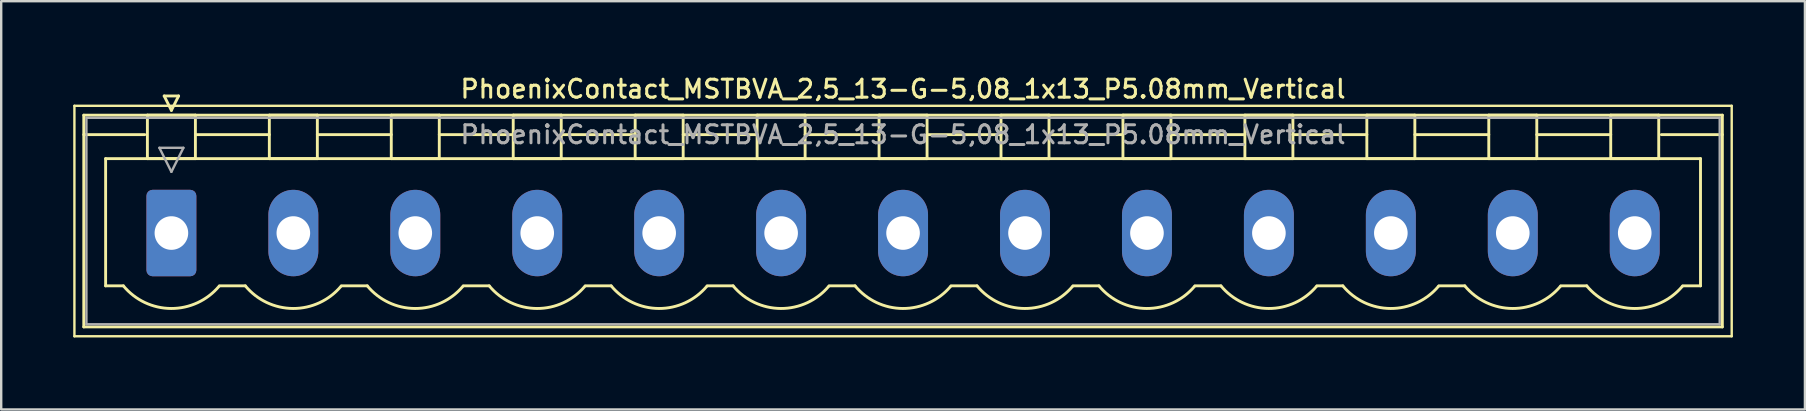
<source format=kicad_pcb>
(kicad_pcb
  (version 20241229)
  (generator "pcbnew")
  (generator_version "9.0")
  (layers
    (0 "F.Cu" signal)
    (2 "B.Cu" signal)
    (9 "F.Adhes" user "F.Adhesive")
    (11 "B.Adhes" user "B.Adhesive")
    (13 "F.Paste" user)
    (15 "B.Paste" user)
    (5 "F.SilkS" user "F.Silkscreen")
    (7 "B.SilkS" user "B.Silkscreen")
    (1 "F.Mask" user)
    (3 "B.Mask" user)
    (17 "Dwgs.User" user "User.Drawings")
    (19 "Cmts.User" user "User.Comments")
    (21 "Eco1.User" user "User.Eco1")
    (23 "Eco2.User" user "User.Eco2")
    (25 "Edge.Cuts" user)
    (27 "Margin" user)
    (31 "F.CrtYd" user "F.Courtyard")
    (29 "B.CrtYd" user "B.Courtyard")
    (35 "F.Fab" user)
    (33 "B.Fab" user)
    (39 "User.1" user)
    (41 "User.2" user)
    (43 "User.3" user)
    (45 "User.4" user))
  (footprint "PhoenixContact_MSTBVA_2,5_13-G-5,08_1x13_P5.08mm_Vertical"
    (layer "F.Cu")
    (at 4.09 6.658)
    (property "Reference" "PhoenixContact_MSTBVA_2,5_13-G-5,08_1x13_P5.08mm_Vertical" (at 30.48 -6 0) (layer "F.SilkS") (effects (font (size 0.75 0.75) (thickness 0.125))))
    (attr through_hole)
    (fp_line (start -4.04 -5.3) (end -4.04 4.3) (stroke (width 0.1) (type solid)) (layer "F.SilkS"))
    (fp_line (start -4.04 4.3) (end 65 4.3) (stroke (width 0.1) (type solid)) (layer "F.SilkS"))
    (fp_line (start -3.65 -4.91) (end -3.65 3.91) (stroke (width 0.12) (type solid)) (layer "F.SilkS"))
    (fp_line (start -3.65 -4.1) (end -1.11 -4.1) (stroke (width 0.12) (type solid)) (layer "F.SilkS"))
    (fp_line (start -3.65 3.91) (end 64.61 3.91) (stroke (width 0.12) (type solid)) (layer "F.SilkS"))
    (fp_line (start -2.74 -3.1) (end 63.7 -3.1) (stroke (width 0.12) (type solid)) (layer "F.SilkS"))
    (fp_line (start -2.74 2.2) (end -2.74 -3.1) (stroke (width 0.12) (type solid)) (layer "F.SilkS"))
    (fp_line (start -2 2.2) (end -2.74 2.2) (stroke (width 0.12) (type solid)) (layer "F.SilkS"))
    (fp_line (start -1 -4.91) (end 1 -4.91) (stroke (width 0.12) (type solid)) (layer "F.SilkS"))
    (fp_line (start -1 -3.1) (end -1 -4.91) (stroke (width 0.12) (type solid)) (layer "F.SilkS"))
    (fp_line (start -0.3 -5.71) (end 0.3 -5.71) (stroke (width 0.12) (type solid)) (layer "F.SilkS"))
    (fp_line (start 0 -5.11) (end -0.3 -5.71) (stroke (width 0.12) (type solid)) (layer "F.SilkS"))
    (fp_line (start 0.3 -5.71) (end 0 -5.11) (stroke (width 0.12) (type solid)) (layer "F.SilkS"))
    (fp_line (start 1 -4.91) (end 1 -3.1) (stroke (width 0.12) (type solid)) (layer "F.SilkS"))
    (fp_line (start 1 -4.1) (end 4.08 -4.1) (stroke (width 0.12) (type solid)) (layer "F.SilkS"))
    (fp_line (start 1 -3.1) (end -1 -3.1) (stroke (width 0.12) (type solid)) (layer "F.SilkS"))
    (fp_line (start 2 2.2) (end 3.08 2.2) (stroke (width 0.12) (type solid)) (layer "F.SilkS"))
    (fp_line (start 4.08 -4.91) (end 6.08 -4.91) (stroke (width 0.12) (type solid)) (layer "F.SilkS"))
    (fp_line (start 4.08 -3.1) (end 4.08 -4.91) (stroke (width 0.12) (type solid)) (layer "F.SilkS"))
    (fp_line (start 6.08 -4.91) (end 6.08 -3.1) (stroke (width 0.12) (type solid)) (layer "F.SilkS"))
    (fp_line (start 6.08 -4.1) (end 9.16 -4.1) (stroke (width 0.12) (type solid)) (layer "F.SilkS"))
    (fp_line (start 6.08 -3.1) (end 4.08 -3.1) (stroke (width 0.12) (type solid)) (layer "F.SilkS"))
    (fp_line (start 7.08 2.2) (end 8.16 2.2) (stroke (width 0.12) (type solid)) (layer "F.SilkS"))
    (fp_line (start 9.16 -4.91) (end 11.16 -4.91) (stroke (width 0.12) (type solid)) (layer "F.SilkS"))
    (fp_line (start 9.16 -3.1) (end 9.16 -4.91) (stroke (width 0.12) (type solid)) (layer "F.SilkS"))
    (fp_line (start 11.16 -4.91) (end 11.16 -3.1) (stroke (width 0.12) (type solid)) (layer "F.SilkS"))
    (fp_line (start 11.16 -4.1) (end 14.24 -4.1) (stroke (width 0.12) (type solid)) (layer "F.SilkS"))
    (fp_line (start 11.16 -3.1) (end 9.16 -3.1) (stroke (width 0.12) (type solid)) (layer "F.SilkS"))
    (fp_line (start 12.16 2.2) (end 13.24 2.2) (stroke (width 0.12) (type solid)) (layer "F.SilkS"))
    (fp_line (start 14.24 -4.91) (end 16.24 -4.91) (stroke (width 0.12) (type solid)) (layer "F.SilkS"))
    (fp_line (start 14.24 -3.1) (end 14.24 -4.91) (stroke (width 0.12) (type solid)) (layer "F.SilkS"))
    (fp_line (start 16.24 -4.91) (end 16.24 -3.1) (stroke (width 0.12) (type solid)) (layer "F.SilkS"))
    (fp_line (start 16.24 -4.1) (end 19.32 -4.1) (stroke (width 0.12) (type solid)) (layer "F.SilkS"))
    (fp_line (start 16.24 -3.1) (end 14.24 -3.1) (stroke (width 0.12) (type solid)) (layer "F.SilkS"))
    (fp_line (start 17.24 2.2) (end 18.32 2.2) (stroke (width 0.12) (type solid)) (layer "F.SilkS"))
    (fp_line (start 19.32 -4.91) (end 21.32 -4.91) (stroke (width 0.12) (type solid)) (layer "F.SilkS"))
    (fp_line (start 19.32 -3.1) (end 19.32 -4.91) (stroke (width 0.12) (type solid)) (layer "F.SilkS"))
    (fp_line (start 21.32 -4.91) (end 21.32 -3.1) (stroke (width 0.12) (type solid)) (layer "F.SilkS"))
    (fp_line (start 21.32 -4.1) (end 24.4 -4.1) (stroke (width 0.12) (type solid)) (layer "F.SilkS"))
    (fp_line (start 21.32 -3.1) (end 19.32 -3.1) (stroke (width 0.12) (type solid)) (layer "F.SilkS"))
    (fp_line (start 22.32 2.2) (end 23.4 2.2) (stroke (width 0.12) (type solid)) (layer "F.SilkS"))
    (fp_line (start 24.4 -4.91) (end 26.4 -4.91) (stroke (width 0.12) (type solid)) (layer "F.SilkS"))
    (fp_line (start 24.4 -3.1) (end 24.4 -4.91) (stroke (width 0.12) (type solid)) (layer "F.SilkS"))
    (fp_line (start 26.4 -4.91) (end 26.4 -3.1) (stroke (width 0.12) (type solid)) (layer "F.SilkS"))
    (fp_line (start 26.4 -4.1) (end 29.48 -4.1) (stroke (width 0.12) (type solid)) (layer "F.SilkS"))
    (fp_line (start 26.4 -3.1) (end 24.4 -3.1) (stroke (width 0.12) (type solid)) (layer "F.SilkS"))
    (fp_line (start 27.4 2.2) (end 28.48 2.2) (stroke (width 0.12) (type solid)) (layer "F.SilkS"))
    (fp_line (start 29.48 -4.91) (end 31.48 -4.91) (stroke (width 0.12) (type solid)) (layer "F.SilkS"))
    (fp_line (start 29.48 -3.1) (end 29.48 -4.91) (stroke (width 0.12) (type solid)) (layer "F.SilkS"))
    (fp_line (start 31.48 -4.91) (end 31.48 -3.1) (stroke (width 0.12) (type solid)) (layer "F.SilkS"))
    (fp_line (start 31.48 -4.1) (end 34.56 -4.1) (stroke (width 0.12) (type solid)) (layer "F.SilkS"))
    (fp_line (start 31.48 -3.1) (end 29.48 -3.1) (stroke (width 0.12) (type solid)) (layer "F.SilkS"))
    (fp_line (start 32.48 2.2) (end 33.56 2.2) (stroke (width 0.12) (type solid)) (layer "F.SilkS"))
    (fp_line (start 34.56 -4.91) (end 36.56 -4.91) (stroke (width 0.12) (type solid)) (layer "F.SilkS"))
    (fp_line (start 34.56 -3.1) (end 34.56 -4.91) (stroke (width 0.12) (type solid)) (layer "F.SilkS"))
    (fp_line (start 36.56 -4.91) (end 36.56 -3.1) (stroke (width 0.12) (type solid)) (layer "F.SilkS"))
    (fp_line (start 36.56 -4.1) (end 39.64 -4.1) (stroke (width 0.12) (type solid)) (layer "F.SilkS"))
    (fp_line (start 36.56 -3.1) (end 34.56 -3.1) (stroke (width 0.12) (type solid)) (layer "F.SilkS"))
    (fp_line (start 37.56 2.2) (end 38.64 2.2) (stroke (width 0.12) (type solid)) (layer "F.SilkS"))
    (fp_line (start 39.64 -4.91) (end 41.64 -4.91) (stroke (width 0.12) (type solid)) (layer "F.SilkS"))
    (fp_line (start 39.64 -3.1) (end 39.64 -4.91) (stroke (width 0.12) (type solid)) (layer "F.SilkS"))
    (fp_line (start 41.64 -4.91) (end 41.64 -3.1) (stroke (width 0.12) (type solid)) (layer "F.SilkS"))
    (fp_line (start 41.64 -4.1) (end 44.72 -4.1) (stroke (width 0.12) (type solid)) (layer "F.SilkS"))
    (fp_line (start 41.64 -3.1) (end 39.64 -3.1) (stroke (width 0.12) (type solid)) (layer "F.SilkS"))
    (fp_line (start 42.64 2.2) (end 43.72 2.2) (stroke (width 0.12) (type solid)) (layer "F.SilkS"))
    (fp_line (start 44.72 -4.91) (end 46.72 -4.91) (stroke (width 0.12) (type solid)) (layer "F.SilkS"))
    (fp_line (start 44.72 -3.1) (end 44.72 -4.91) (stroke (width 0.12) (type solid)) (layer "F.SilkS"))
    (fp_line (start 46.72 -4.91) (end 46.72 -3.1) (stroke (width 0.12) (type solid)) (layer "F.SilkS"))
    (fp_line (start 46.72 -4.1) (end 49.8 -4.1) (stroke (width 0.12) (type solid)) (layer "F.SilkS"))
    (fp_line (start 46.72 -3.1) (end 44.72 -3.1) (stroke (width 0.12) (type solid)) (layer "F.SilkS"))
    (fp_line (start 47.72 2.2) (end 48.8 2.2) (stroke (width 0.12) (type solid)) (layer "F.SilkS"))
    (fp_line (start 49.8 -4.91) (end 51.8 -4.91) (stroke (width 0.12) (type solid)) (layer "F.SilkS"))
    (fp_line (start 49.8 -3.1) (end 49.8 -4.91) (stroke (width 0.12) (type solid)) (layer "F.SilkS"))
    (fp_line (start 51.8 -4.91) (end 51.8 -3.1) (stroke (width 0.12) (type solid)) (layer "F.SilkS"))
    (fp_line (start 51.8 -4.1) (end 54.88 -4.1) (stroke (width 0.12) (type solid)) (layer "F.SilkS"))
    (fp_line (start 51.8 -3.1) (end 49.8 -3.1) (stroke (width 0.12) (type solid)) (layer "F.SilkS"))
    (fp_line (start 52.8 2.2) (end 53.88 2.2) (stroke (width 0.12) (type solid)) (layer "F.SilkS"))
    (fp_line (start 54.88 -4.91) (end 56.88 -4.91) (stroke (width 0.12) (type solid)) (layer "F.SilkS"))
    (fp_line (start 54.88 -3.1) (end 54.88 -4.91) (stroke (width 0.12) (type solid)) (layer "F.SilkS"))
    (fp_line (start 56.88 -4.91) (end 56.88 -3.1) (stroke (width 0.12) (type solid)) (layer "F.SilkS"))
    (fp_line (start 56.88 -4.1) (end 59.96 -4.1) (stroke (width 0.12) (type solid)) (layer "F.SilkS"))
    (fp_line (start 56.88 -3.1) (end 54.88 -3.1) (stroke (width 0.12) (type solid)) (layer "F.SilkS"))
    (fp_line (start 57.88 2.2) (end 58.96 2.2) (stroke (width 0.12) (type solid)) (layer "F.SilkS"))
    (fp_line (start 59.96 -4.91) (end 61.96 -4.91) (stroke (width 0.12) (type solid)) (layer "F.SilkS"))
    (fp_line (start 59.96 -3.1) (end 59.96 -4.91) (stroke (width 0.12) (type solid)) (layer "F.SilkS"))
    (fp_line (start 61.96 -4.91) (end 61.96 -3.1) (stroke (width 0.12) (type solid)) (layer "F.SilkS"))
    (fp_line (start 61.96 -3.1) (end 59.96 -3.1) (stroke (width 0.12) (type solid)) (layer "F.SilkS"))
    (fp_line (start 63.7 -3.1) (end 63.7 2.2) (stroke (width 0.12) (type solid)) (layer "F.SilkS"))
    (fp_line (start 63.7 2.2) (end 62.96 2.2) (stroke (width 0.12) (type solid)) (layer "F.SilkS"))
    (fp_line (start 64.61 -4.91) (end -3.65 -4.91) (stroke (width 0.12) (type solid)) (layer "F.SilkS"))
    (fp_line (start 64.61 -4.1) (end 62.07 -4.1) (stroke (width 0.12) (type solid)) (layer "F.SilkS"))
    (fp_line (start 64.61 3.91) (end 64.61 -4.91) (stroke (width 0.12) (type solid)) (layer "F.SilkS"))
    (fp_line (start 65 -5.3) (end -4.04 -5.3) (stroke (width 0.1) (type solid)) (layer "F.SilkS"))
    (fp_line (start 65 4.3) (end 65 -5.3) (stroke (width 0.1) (type solid)) (layer "F.SilkS"))
    (fp_arc (start 1.986842 2.215821) (mid -0.010289 3.142758) (end -2 2.2) (stroke (width 0.12) (type solid)) (layer "F.SilkS"))
    (fp_arc (start 7.066842 2.215821) (mid 5.069711 3.142758) (end 3.08 2.2) (stroke (width 0.12) (type solid)) (layer "F.SilkS"))
    (fp_arc (start 12.146842 2.215821) (mid 10.149711 3.142758) (end 8.16 2.2) (stroke (width 0.12) (type solid)) (layer "F.SilkS"))
    (fp_arc (start 17.226842 2.215821) (mid 15.229711 3.142758) (end 13.24 2.2) (stroke (width 0.12) (type solid)) (layer "F.SilkS"))
    (fp_arc (start 22.306842 2.215821) (mid 20.309711 3.142758) (end 18.32 2.2) (stroke (width 0.12) (type solid)) (layer "F.SilkS"))
    (fp_arc (start 27.386842 2.215821) (mid 25.389711 3.142758) (end 23.4 2.2) (stroke (width 0.12) (type solid)) (layer "F.SilkS"))
    (fp_arc (start 32.466842 2.215821) (mid 30.469711 3.142758) (end 28.48 2.2) (stroke (width 0.12) (type solid)) (layer "F.SilkS"))
    (fp_arc (start 37.546842 2.215821) (mid 35.549711 3.142758) (end 33.56 2.2) (stroke (width 0.12) (type solid)) (layer "F.SilkS"))
    (fp_arc (start 42.626842 2.215821) (mid 40.629711 3.142758) (end 38.64 2.2) (stroke (width 0.12) (type solid)) (layer "F.SilkS"))
    (fp_arc (start 47.706842 2.215821) (mid 45.709711 3.142758) (end 43.72 2.2) (stroke (width 0.12) (type solid)) (layer "F.SilkS"))
    (fp_arc (start 52.786842 2.215821) (mid 50.789711 3.142758) (end 48.8 2.2) (stroke (width 0.12) (type solid)) (layer "F.SilkS"))
    (fp_arc (start 57.866842 2.215821) (mid 55.869711 3.142758) (end 53.88 2.2) (stroke (width 0.12) (type solid)) (layer "F.SilkS"))
    (fp_arc (start 62.946842 2.215821) (mid 60.949711 3.142758) (end 58.96 2.2) (stroke (width 0.12) (type solid)) (layer "F.SilkS"))
    (fp_line (start -3.54 -4.8) (end -3.54 3.8) (stroke (width 0.1) (type solid)) (layer "F.Fab"))
    (fp_line (start -3.54 3.8) (end 64.5 3.8) (stroke (width 0.1) (type solid)) (layer "F.Fab"))
    (fp_line (start -0.5 -3.55) (end 0.5 -3.55) (stroke (width 0.1) (type solid)) (layer "F.Fab"))
    (fp_line (start 0 -2.55) (end -0.5 -3.55) (stroke (width 0.1) (type solid)) (layer "F.Fab"))
    (fp_line (start 0.5 -3.55) (end 0 -2.55) (stroke (width 0.1) (type solid)) (layer "F.Fab"))
    (fp_line (start 64.5 -4.8) (end -3.54 -4.8) (stroke (width 0.1) (type solid)) (layer "F.Fab"))
    (fp_line (start 64.5 3.8) (end 64.5 -4.8) (stroke (width 0.1) (type solid)) (layer "F.Fab"))
    (fp_text user "${REFERENCE}" (at 30.48 -4.1 0) (layer "F.Fab") (effects (font (size 0.75 0.75) (thickness 0.125))))
    (pad "1" thru_hole roundrect (at 0 0) (size 2.08 3.6) (drill 1.4) (layers "*.Cu" "*.Mask") (roundrect_rratio 0.12))
    (pad "2" thru_hole oval (at 5.08 0) (size 2.08 3.6) (drill 1.4) (layers "*.Cu" "*.Mask"))
    (pad "3" thru_hole oval (at 10.16 0) (size 2.08 3.6) (drill 1.4) (layers "*.Cu" "*.Mask"))
    (pad "4" thru_hole oval (at 15.24 0) (size 2.08 3.6) (drill 1.4) (layers "*.Cu" "*.Mask"))
    (pad "5" thru_hole oval (at 20.32 0) (size 2.08 3.6) (drill 1.4) (layers "*.Cu" "*.Mask"))
    (pad "6" thru_hole oval (at 25.4 0) (size 2.08 3.6) (drill 1.4) (layers "*.Cu" "*.Mask"))
    (pad "7" thru_hole oval (at 30.48 0) (size 2.08 3.6) (drill 1.4) (layers "*.Cu" "*.Mask"))
    (pad "8" thru_hole oval (at 35.56 0) (size 2.08 3.6) (drill 1.4) (layers "*.Cu" "*.Mask"))
    (pad "9" thru_hole oval (at 40.64 0) (size 2.08 3.6) (drill 1.4) (layers "*.Cu" "*.Mask"))
    (pad "10" thru_hole oval (at 45.72 0) (size 2.08 3.6) (drill 1.4) (layers "*.Cu" "*.Mask"))
    (pad "11" thru_hole oval (at 50.8 0) (size 2.08 3.6) (drill 1.4) (layers "*.Cu" "*.Mask"))
    (pad "12" thru_hole oval (at 55.88 0) (size 2.08 3.6) (drill 1.4) (layers "*.Cu" "*.Mask"))
    (pad "13" thru_hole oval (at 60.96 0) (size 2.08 3.6) (drill 1.4) (layers "*.Cu" "*.Mask")))
  (gr_rect
    (start -3 -3)
    (end 72.14 14.008)
    (stroke (width 0.1) (type default))
    (fill no)
    (layer "Edge.Cuts")))
</source>
